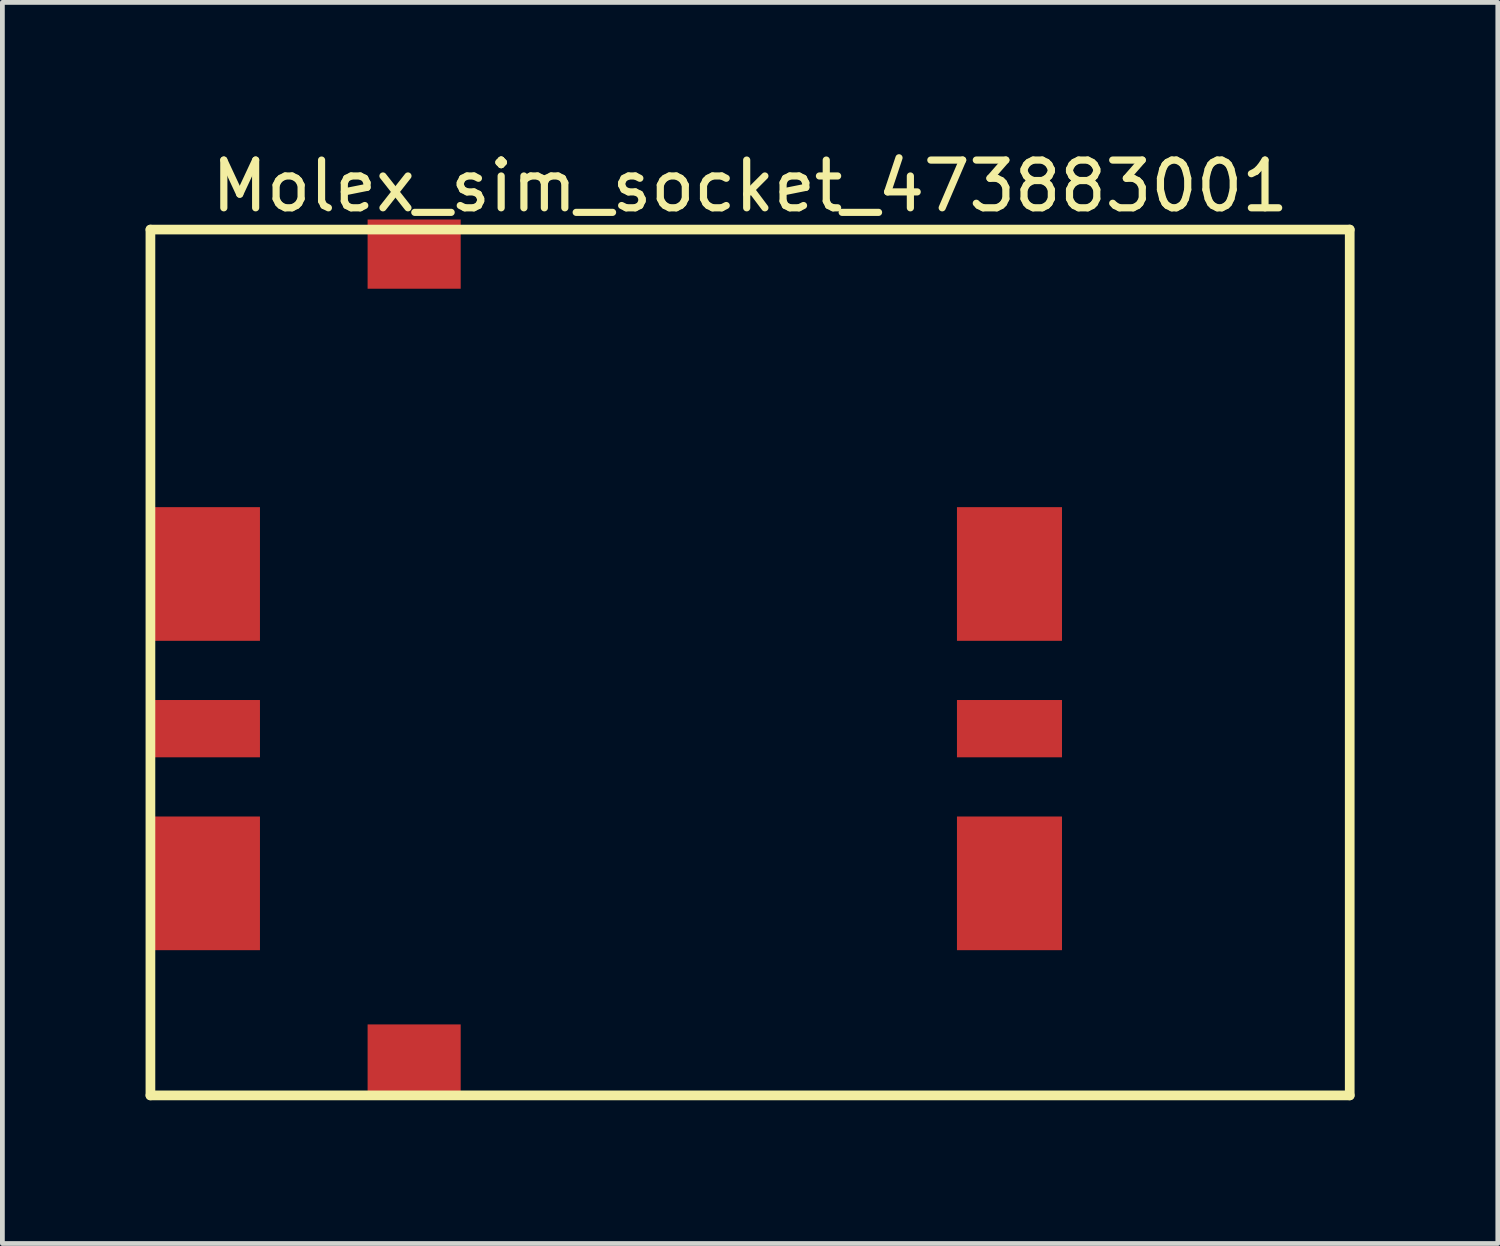
<source format=kicad_pcb>
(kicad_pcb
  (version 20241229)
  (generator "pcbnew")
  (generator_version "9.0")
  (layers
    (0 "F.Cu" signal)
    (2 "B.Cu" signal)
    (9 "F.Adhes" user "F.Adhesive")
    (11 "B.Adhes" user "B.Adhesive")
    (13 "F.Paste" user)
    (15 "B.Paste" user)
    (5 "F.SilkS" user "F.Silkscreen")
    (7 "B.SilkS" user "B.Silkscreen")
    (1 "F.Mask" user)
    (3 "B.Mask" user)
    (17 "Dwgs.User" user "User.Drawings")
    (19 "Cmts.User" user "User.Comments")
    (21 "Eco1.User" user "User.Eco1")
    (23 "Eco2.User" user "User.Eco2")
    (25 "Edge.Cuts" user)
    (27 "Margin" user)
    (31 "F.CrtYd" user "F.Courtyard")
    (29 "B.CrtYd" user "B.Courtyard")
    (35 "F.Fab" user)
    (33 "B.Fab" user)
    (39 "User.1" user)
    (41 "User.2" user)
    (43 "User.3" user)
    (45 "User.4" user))
  (footprint "Molex_sim_socket_473883001"
    (layer "F.Cu")
    (at 1.295 8.973)
    (property "Reference" "Molex_sim_socket_473883001" (at 11.367 -8.125 0) (layer "F.SilkS") (effects (font (size 1 1) (thickness 0.15))))
    (fp_line (start -1.194 -7.214) (end 23.927 -7.214) (stroke (width 0.203) (type solid)) (layer "F.SilkS"))
    (fp_line (start -1.194 10.922) (end -1.194 -7.214) (stroke (width 0.203) (type solid)) (layer "F.SilkS"))
    (fp_line (start -1.194 10.922) (end 23.927 10.922) (stroke (width 0.203) (type solid)) (layer "F.SilkS"))
    (fp_line (start 23.927 10.922) (end 23.927 -7.214) (stroke (width 0.203) (type solid)) (layer "F.SilkS"))
    (pad "0" smd rect (at 4.33 -6.7) (size 1.95 1.45) (layers "F.Cu" "F.Mask" "F.Paste"))
    (pad "0" smd rect (at 4.33 10.16) (size 1.95 1.45) (layers "F.Cu" "F.Mask" "F.Paste"))
    (pad "1" smd rect (at 0 0) (size 2.2 2.8) (layers "F.Cu" "F.Mask" "F.Paste"))
    (pad "2" smd rect (at 0 3.24) (size 2.2 1.2) (layers "F.Cu" "F.Mask" "F.Paste"))
    (pad "3" smd rect (at 0 6.48) (size 2.2 2.8) (layers "F.Cu" "F.Mask" "F.Paste"))
    (pad "4" smd rect (at 16.8 6.48) (size 2.2 2.8) (layers "F.Cu" "F.Mask" "F.Paste"))
    (pad "5" smd rect (at 16.8 3.24) (size 2.2 1.2) (layers "F.Cu" "F.Mask" "F.Paste"))
    (pad "6" smd rect (at 16.8 0) (size 2.2 2.8) (layers "F.Cu" "F.Mask" "F.Paste")))
  (gr_rect
    (start -3 -3)
    (end 28.324 22.997)
    (stroke (width 0.1) (type default))
    (fill no)
    (layer "Edge.Cuts")))
</source>
